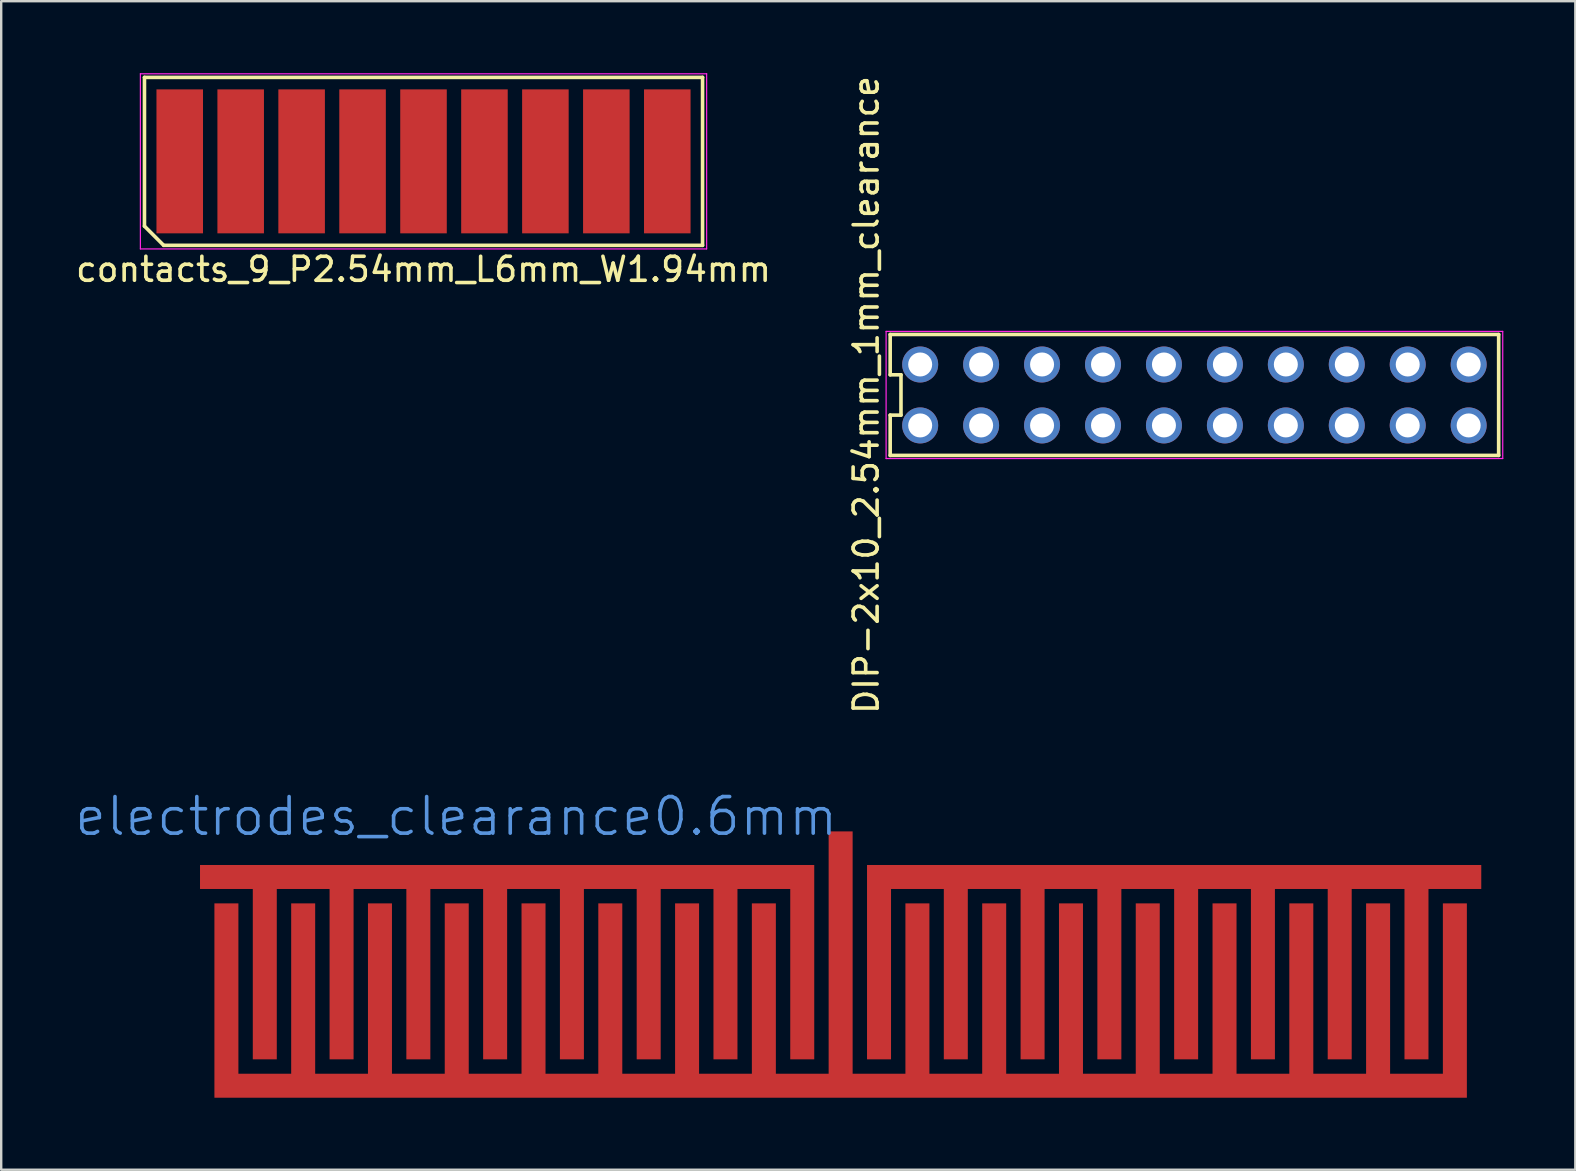
<source format=kicad_pcb>
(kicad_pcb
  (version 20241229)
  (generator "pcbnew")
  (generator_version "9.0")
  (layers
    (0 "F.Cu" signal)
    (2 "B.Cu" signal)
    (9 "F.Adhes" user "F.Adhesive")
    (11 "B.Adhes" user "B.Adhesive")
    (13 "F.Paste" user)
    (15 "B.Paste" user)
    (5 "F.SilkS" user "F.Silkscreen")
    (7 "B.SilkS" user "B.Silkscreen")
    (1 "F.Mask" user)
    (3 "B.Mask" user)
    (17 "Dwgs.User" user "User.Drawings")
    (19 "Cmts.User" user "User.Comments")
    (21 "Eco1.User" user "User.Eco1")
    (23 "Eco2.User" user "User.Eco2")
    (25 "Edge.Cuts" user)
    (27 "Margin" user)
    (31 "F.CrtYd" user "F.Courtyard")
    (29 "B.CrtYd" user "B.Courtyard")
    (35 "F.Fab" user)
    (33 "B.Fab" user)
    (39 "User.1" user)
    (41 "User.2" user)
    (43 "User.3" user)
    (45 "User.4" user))
  (footprint "electrodes_clearance0.6mm"
    (layer "F.Cu")
    (at 31.986 37.851)
    (property "Reference" "electrodes_clearance0.6mm" (at -16.02 -6.875 0) (layer "Cmts.User") (effects (font (size 1.524 1.524) (thickness 0.15))))
    (attr through_hole)
    (pad "0" smd custom (at 0 4.35) (size 0.000001 0.000001) (layers "F.Cu") (options (anchor circle)) (primitives (gr_poly (pts (xy -0.5 -10.6) (xy 0.5 -10.6) (xy 0.5 -0.5) (xy 2.7 -0.5) (xy 2.7 -7.6) (xy 3.7 -7.6) (xy 3.7 -0.5) (xy 5.9 -0.5) (xy 5.9 -7.6) (xy 6.9 -7.6) (xy 6.9 -0.5) (xy 9.1 -0.5) (xy 9.1 -7.6) (xy 10.1 -7.6) (xy 10.1 -0.5) (xy 12.3 -0.5) (xy 12.3 -7.6) (xy 13.3 -7.6) (xy 13.3 -0.5) (xy 15.5 -0.5) (xy 15.5 -7.6) (xy 16.5 -7.6) (xy 16.5 -0.5) (xy 18.7 -0.5) (xy 18.7 -7.6) (xy 19.7 -7.6) (xy 19.7 -0.5) (xy 21.9 -0.5) (xy 21.9 -7.6) (xy 22.9 -7.6) (xy 22.9 -0.5) (xy 25.1 -0.5) (xy 25.1 -7.6) (xy 26.1 -7.6) (xy 26.1 0.5) (xy 0.5 0.5) (xy -0.5 0.5) (xy -26.1 0.5) (xy -26.1 -7.6) (xy -25.1 -7.6) (xy -25.1 -0.5) (xy -22.9 -0.5) (xy -22.9 -7.6) (xy -21.9 -7.6) (xy -21.9 -0.5) (xy -19.7 -0.5) (xy -19.7 -7.6) (xy -18.7 -7.6) (xy -18.7 -0.5) (xy -16.5 -0.5) (xy -16.5 -7.6) (xy -15.5 -7.6) (xy -15.5 -0.5) (xy -13.3 -0.5) (xy -13.3 -7.6) (xy -12.3 -7.6) (xy -12.3 -0.5) (xy -10.1 -0.5) (xy -10.1 -7.6) (xy -9.1 -7.6) (xy -9.1 -0.5) (xy -6.9 -0.5) (xy -6.9 -7.6) (xy -5.9 -7.6) (xy -5.9 -0.5) (xy -3.7 -0.5) (xy -3.7 -7.6) (xy -2.7 -7.6) (xy -2.7 -0.5) (xy -0.5 -0.5)) (width 0.000001) (fill yes))))
    (pad "1" smd custom (at 26.2 -4.35) (size 0.000001 0.000001) (layers "F.Cu") (options (anchor circle)) (primitives (gr_poly (pts (xy -25.1 -0.5) (xy -25.1 7.6) (xy -24.1 7.6) (xy -24.1 0.5) (xy -21.9 0.5) (xy -21.9 7.6) (xy -20.9 7.6) (xy -20.9 0.5) (xy -18.7 0.5) (xy -18.7 7.6) (xy -17.7 7.6) (xy -17.7 0.5) (xy -15.5 0.5) (xy -15.5 7.6) (xy -14.5 7.6) (xy -14.5 0.5) (xy -12.3 0.5) (xy -12.3 7.6) (xy -11.3 7.6) (xy -11.3 0.5) (xy -9.1 0.5) (xy -9.1 7.6) (xy -8.1 7.6) (xy -8.1 0.5) (xy -5.9 0.5) (xy -5.9 7.6) (xy -4.9 7.6) (xy -4.9 0.5) (xy -2.7 0.5) (xy -2.7 7.6) (xy -1.7 7.6) (xy -1.7 0.5) (xy 0.5 0.5) (xy 0.5 -0.5)) (width 0.000001) (fill yes))))
    (pad "2" smd custom (at -26.2 -4.35) (size 0.000001 0.000001) (layers "F.Cu") (options (anchor circle)) (primitives (gr_poly (pts (xy 25.1 -0.5) (xy 25.1 7.6) (xy 24.1 7.6) (xy 24.1 0.5) (xy 21.9 0.5) (xy 21.9 7.6) (xy 20.9 7.6) (xy 20.9 0.5) (xy 18.7 0.5) (xy 18.7 7.6) (xy 17.7 7.6) (xy 17.7 0.5) (xy 15.5 0.5) (xy 15.5 7.6) (xy 14.5 7.6) (xy 14.5 0.5) (xy 12.3 0.5) (xy 12.3 7.6) (xy 11.3 7.6) (xy 11.3 0.5) (xy 9.1 0.5) (xy 9.1 7.6) (xy 8.1 7.6) (xy 8.1 0.5) (xy 5.9 0.5) (xy 5.9 7.6) (xy 4.9 7.6) (xy 4.9 0.5) (xy 2.7 0.5) (xy 2.7 7.6) (xy 1.7 7.6) (xy 1.7 0.5) (xy -0.5 0.5) (xy -0.5 -0.5)) (width 0.000001) (fill yes)))))
  (footprint "contacts_9_P2.54mm_L6mm_W1.94mm"
    (layer "F.Cu")
    (at 14.601 3.675)
    (property "Reference" "contacts_9_P2.54mm_L6mm_W1.94mm" (at 0 4.5 0) (layer "F.SilkS") (effects (font (size 1 1) (thickness 0.15))))
    (attr smd)
    (fp_line (start -11.63 -3.5) (end 11.63 -3.5) (stroke (width 0.15) (type solid)) (layer "F.SilkS"))
    (fp_line (start -11.63 2.7) (end -11.63 -3.5) (stroke (width 0.15) (type solid)) (layer "F.SilkS"))
    (fp_line (start -10.83 3.5) (end -11.63 2.7) (stroke (width 0.15) (type solid)) (layer "F.SilkS"))
    (fp_line (start 11.63 -3.5) (end 11.63 3.5) (stroke (width 0.15) (type solid)) (layer "F.SilkS"))
    (fp_line (start 11.63 3.5) (end -10.83 3.5) (stroke (width 0.15) (type solid)) (layer "F.SilkS"))
    (fp_line (start -11.8 -3.65) (end 11.8 -3.65) (stroke (width 0.05) (type solid)) (layer "F.CrtYd"))
    (fp_line (start -11.8 3.65) (end -11.8 -3.65) (stroke (width 0.05) (type solid)) (layer "F.CrtYd"))
    (fp_line (start 11.8 -3.65) (end 11.8 3.65) (stroke (width 0.05) (type solid)) (layer "F.CrtYd"))
    (fp_line (start 11.8 3.65) (end -11.8 3.65) (stroke (width 0.05) (type solid)) (layer "F.CrtYd"))
    (pad "1" smd rect (at -10.16 0) (size 1.94 6) (layers "F.Cu" "F.Mask" "F.Paste"))
    (pad "2" smd rect (at -7.62 0) (size 1.94 6) (layers "F.Cu" "F.Mask" "F.Paste"))
    (pad "3" smd rect (at -5.08 0) (size 1.94 6) (layers "F.Cu" "F.Mask" "F.Paste"))
    (pad "4" smd rect (at -2.54 0) (size 1.94 6) (layers "F.Cu" "F.Mask" "F.Paste"))
    (pad "5" smd rect (at 0 0) (size 1.94 6) (layers "F.Cu" "F.Mask" "F.Paste"))
    (pad "6" smd rect (at 2.54 0) (size 1.94 6) (layers "F.Cu" "F.Mask" "F.Paste"))
    (pad "7" smd rect (at 5.08 0) (size 1.94 6) (layers "F.Cu" "F.Mask" "F.Paste"))
    (pad "8" smd rect (at 7.62 0) (size 1.94 6) (layers "F.Cu" "F.Mask" "F.Paste"))
    (pad "9" smd rect (at 10.16 0) (size 1.94 6) (layers "F.Cu" "F.Mask" "F.Paste")))
  (footprint "DIP-2x10_2.54mm_1mm_clearance"
    (layer "F.Cu")
    (at 46.731 13.411)
    (property "Reference" "DIP-2x10_2.54mm_1mm_clearance" (at -13.68 0 90) (layer "F.SilkS") (effects (font (size 1 1) (thickness 0.15))))
    (attr through_hole)
    (fp_line (start -12.68 -2.52) (end -12.68 -0.84) (stroke (width 0.15) (type solid)) (layer "F.SilkS"))
    (fp_line (start -12.68 -0.84) (end -12.23 -0.84) (stroke (width 0.15) (type solid)) (layer "F.SilkS"))
    (fp_line (start -12.68 0.84) (end -12.68 2.52) (stroke (width 0.15) (type solid)) (layer "F.SilkS"))
    (fp_line (start -12.68 2.52) (end 12.68 2.52) (stroke (width 0.15) (type solid)) (layer "F.SilkS"))
    (fp_line (start -12.23 -0.84) (end -12.23 0.84) (stroke (width 0.15) (type solid)) (layer "F.SilkS"))
    (fp_line (start -12.23 0.84) (end -12.68 0.84) (stroke (width 0.15) (type solid)) (layer "F.SilkS"))
    (fp_line (start 12.68 -2.52) (end -12.68 -2.52) (stroke (width 0.15) (type solid)) (layer "F.SilkS"))
    (fp_line (start 12.68 2.52) (end 12.68 -2.52) (stroke (width 0.15) (type solid)) (layer "F.SilkS"))
    (fp_line (start -12.85 -2.65) (end 12.85 -2.65) (stroke (width 0.05) (type solid)) (layer "F.CrtYd"))
    (fp_line (start -12.85 2.65) (end -12.85 -2.65) (stroke (width 0.05) (type solid)) (layer "F.CrtYd"))
    (fp_line (start 12.85 -2.65) (end 12.85 2.65) (stroke (width 0.05) (type solid)) (layer "F.CrtYd"))
    (fp_line (start 12.85 2.65) (end -12.85 2.65) (stroke (width 0.05) (type solid)) (layer "F.CrtYd"))
    (pad "1" thru_hole circle (at -11.43 1.27) (size 1.5 1.5) (drill 1) (layers "*.Cu" "*.Mask"))
    (pad "2" thru_hole circle (at -8.89 1.27) (size 1.5 1.5) (drill 1) (layers "*.Cu" "*.Mask"))
    (pad "3" thru_hole circle (at -6.35 1.27) (size 1.5 1.5) (drill 1) (layers "*.Cu" "*.Mask"))
    (pad "4" thru_hole circle (at -3.81 1.27) (size 1.5 1.5) (drill 1) (layers "*.Cu" "*.Mask"))
    (pad "5" thru_hole circle (at -1.27 1.27) (size 1.5 1.5) (drill 1) (layers "*.Cu" "*.Mask"))
    (pad "6" thru_hole circle (at 1.27 1.27) (size 1.5 1.5) (drill 1) (layers "*.Cu" "*.Mask"))
    (pad "7" thru_hole circle (at 3.81 1.27) (size 1.5 1.5) (drill 1) (layers "*.Cu" "*.Mask"))
    (pad "8" thru_hole circle (at 6.35 1.27) (size 1.5 1.5) (drill 1) (layers "*.Cu" "*.Mask"))
    (pad "9" thru_hole circle (at 8.89 1.27) (size 1.5 1.5) (drill 1) (layers "*.Cu" "*.Mask"))
    (pad "10" thru_hole circle (at 11.43 1.27) (size 1.5 1.5) (drill 1) (layers "*.Cu" "*.Mask"))
    (pad "11" thru_hole circle (at 11.43 -1.27) (size 1.5 1.5) (drill 1) (layers "*.Cu" "*.Mask"))
    (pad "12" thru_hole circle (at 8.89 -1.27) (size 1.5 1.5) (drill 1) (layers "*.Cu" "*.Mask"))
    (pad "13" thru_hole circle (at 6.35 -1.27) (size 1.5 1.5) (drill 1) (layers "*.Cu" "*.Mask"))
    (pad "14" thru_hole circle (at 3.81 -1.27) (size 1.5 1.5) (drill 1) (layers "*.Cu" "*.Mask"))
    (pad "15" thru_hole circle (at 1.27 -1.27) (size 1.5 1.5) (drill 1) (layers "*.Cu" "*.Mask"))
    (pad "16" thru_hole circle (at -1.27 -1.27) (size 1.5 1.5) (drill 1) (layers "*.Cu" "*.Mask"))
    (pad "17" thru_hole circle (at -3.81 -1.27) (size 1.5 1.5) (drill 1) (layers "*.Cu" "*.Mask"))
    (pad "18" thru_hole circle (at -6.35 -1.27) (size 1.5 1.5) (drill 1) (layers "*.Cu" "*.Mask"))
    (pad "19" thru_hole circle (at -8.89 -1.27) (size 1.5 1.5) (drill 1) (layers "*.Cu" "*.Mask"))
    (pad "20" thru_hole circle (at -11.43 -1.27) (size 1.5 1.5) (drill 1) (layers "*.Cu" "*.Mask")))
  (gr_rect
    (start -3 -3)
    (end 62.606 45.701)
    (stroke (width 0.1) (type default))
    (fill no)
    (layer "Edge.Cuts")))
</source>
